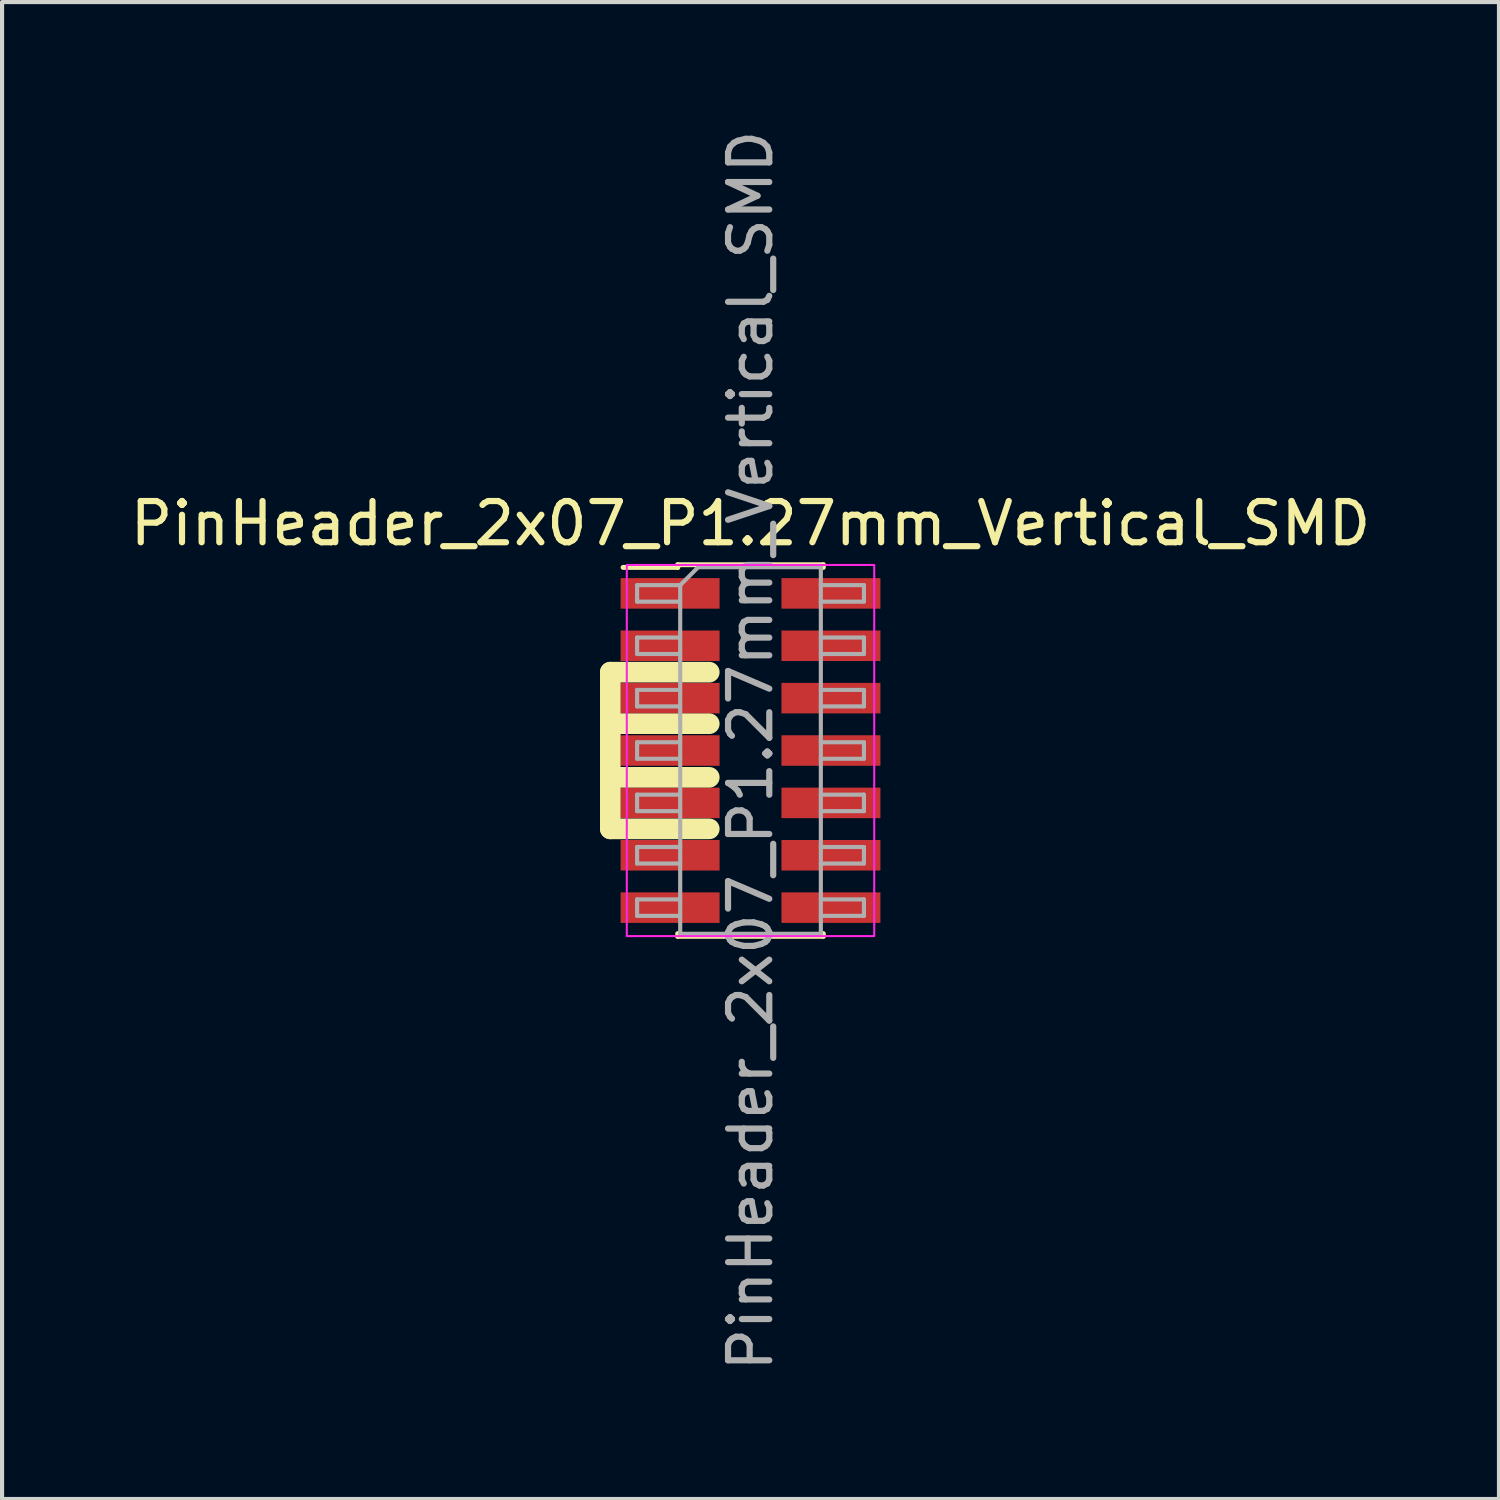
<source format=kicad_pcb>
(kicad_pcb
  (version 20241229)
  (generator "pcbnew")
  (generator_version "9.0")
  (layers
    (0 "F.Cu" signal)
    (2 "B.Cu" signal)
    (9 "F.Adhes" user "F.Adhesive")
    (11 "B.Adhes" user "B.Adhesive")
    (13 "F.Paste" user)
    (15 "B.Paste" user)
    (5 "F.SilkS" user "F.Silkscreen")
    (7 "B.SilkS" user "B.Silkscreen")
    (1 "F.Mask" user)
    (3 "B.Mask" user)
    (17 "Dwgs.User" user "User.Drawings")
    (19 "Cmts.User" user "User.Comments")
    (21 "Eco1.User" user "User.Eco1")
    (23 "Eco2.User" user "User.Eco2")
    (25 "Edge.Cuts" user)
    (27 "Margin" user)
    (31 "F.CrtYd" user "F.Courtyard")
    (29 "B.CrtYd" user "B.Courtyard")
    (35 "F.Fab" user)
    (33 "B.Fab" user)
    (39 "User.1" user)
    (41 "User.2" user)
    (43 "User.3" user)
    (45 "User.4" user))
  (footprint "PinHeader_2x07_P1.27mm_Vertical_SMD"
    (layer "F.Cu")
    (at 15.149 15.149)
    (property "Reference" "PinHeader_2x07_P1.27mm_Vertical_SMD" (at 0 -5.505 0) (layer "F.SilkS") (effects (font (size 1 1) (thickness 0.15))))
    (attr smd)
    (fp_line (start -3.4 -1.9) (end -3.4 -0.65) (stroke (width 0.5) (type default)) (layer "F.SilkS"))
    (fp_line (start -3.4 -0.65) (end -3.4 0.65) (stroke (width 0.5) (type default)) (layer "F.SilkS"))
    (fp_line (start -3.4 1.9) (end -3.4 0.65) (stroke (width 0.5) (type default)) (layer "F.SilkS"))
    (fp_line (start -3.09 -4.44) (end -1.765 -4.44) (stroke (width 0.12) (type solid)) (layer "F.SilkS"))
    (fp_line (start -1.765 -4.505) (end -1.765 -4.44) (stroke (width 0.12) (type solid)) (layer "F.SilkS"))
    (fp_line (start -1.765 -4.505) (end 1.765 -4.505) (stroke (width 0.12) (type solid)) (layer "F.SilkS"))
    (fp_line (start -1.765 4.44) (end -1.765 4.505) (stroke (width 0.12) (type solid)) (layer "F.SilkS"))
    (fp_line (start -1.765 4.505) (end 1.765 4.505) (stroke (width 0.12) (type solid)) (layer "F.SilkS"))
    (fp_line (start -1 -1.9) (end -3.4 -1.9) (stroke (width 0.5) (type default)) (layer "F.SilkS"))
    (fp_line (start -1 -0.65) (end -3.4 -0.65) (stroke (width 0.5) (type default)) (layer "F.SilkS"))
    (fp_line (start -1 0.65) (end -3.4 0.65) (stroke (width 0.5) (type default)) (layer "F.SilkS"))
    (fp_line (start -1 1.9) (end -3.4 1.9) (stroke (width 0.5) (type default)) (layer "F.SilkS"))
    (fp_line (start 1.765 -4.505) (end 1.765 -4.44) (stroke (width 0.12) (type solid)) (layer "F.SilkS"))
    (fp_line (start 1.765 4.44) (end 1.765 4.505) (stroke (width 0.12) (type solid)) (layer "F.SilkS"))
    (fp_rect (start -3 -4.5) (end 3 4.5) (stroke (width 0.05) (type default)) (fill no) (layer "F.CrtYd"))
    (fp_line (start -2.75 -4.01) (end -2.75 -3.61) (stroke (width 0.1) (type solid)) (layer "F.Fab"))
    (fp_line (start -2.75 -3.61) (end -1.705 -3.61) (stroke (width 0.1) (type solid)) (layer "F.Fab"))
    (fp_line (start -2.75 -2.74) (end -2.75 -2.34) (stroke (width 0.1) (type solid)) (layer "F.Fab"))
    (fp_line (start -2.75 -2.34) (end -1.705 -2.34) (stroke (width 0.1) (type solid)) (layer "F.Fab"))
    (fp_line (start -2.75 -1.47) (end -2.75 -1.07) (stroke (width 0.1) (type solid)) (layer "F.Fab"))
    (fp_line (start -2.75 -1.07) (end -1.705 -1.07) (stroke (width 0.1) (type solid)) (layer "F.Fab"))
    (fp_line (start -2.75 -0.2) (end -2.75 0.2) (stroke (width 0.1) (type solid)) (layer "F.Fab"))
    (fp_line (start -2.75 0.2) (end -1.705 0.2) (stroke (width 0.1) (type solid)) (layer "F.Fab"))
    (fp_line (start -2.75 1.07) (end -2.75 1.47) (stroke (width 0.1) (type solid)) (layer "F.Fab"))
    (fp_line (start -2.75 1.47) (end -1.705 1.47) (stroke (width 0.1) (type solid)) (layer "F.Fab"))
    (fp_line (start -2.75 2.34) (end -2.75 2.74) (stroke (width 0.1) (type solid)) (layer "F.Fab"))
    (fp_line (start -2.75 2.74) (end -1.705 2.74) (stroke (width 0.1) (type solid)) (layer "F.Fab"))
    (fp_line (start -2.75 3.61) (end -2.75 4.01) (stroke (width 0.1) (type solid)) (layer "F.Fab"))
    (fp_line (start -2.75 4.01) (end -1.705 4.01) (stroke (width 0.1) (type solid)) (layer "F.Fab"))
    (fp_line (start -1.705 -4.01) (end -2.75 -4.01) (stroke (width 0.1) (type solid)) (layer "F.Fab"))
    (fp_line (start -1.705 -4.01) (end -1.27 -4.445) (stroke (width 0.1) (type solid)) (layer "F.Fab"))
    (fp_line (start -1.705 -2.74) (end -2.75 -2.74) (stroke (width 0.1) (type solid)) (layer "F.Fab"))
    (fp_line (start -1.705 -1.47) (end -2.75 -1.47) (stroke (width 0.1) (type solid)) (layer "F.Fab"))
    (fp_line (start -1.705 -0.2) (end -2.75 -0.2) (stroke (width 0.1) (type solid)) (layer "F.Fab"))
    (fp_line (start -1.705 1.07) (end -2.75 1.07) (stroke (width 0.1) (type solid)) (layer "F.Fab"))
    (fp_line (start -1.705 2.34) (end -2.75 2.34) (stroke (width 0.1) (type solid)) (layer "F.Fab"))
    (fp_line (start -1.705 3.61) (end -2.75 3.61) (stroke (width 0.1) (type solid)) (layer "F.Fab"))
    (fp_line (start -1.705 4.445) (end -1.705 -4.01) (stroke (width 0.1) (type solid)) (layer "F.Fab"))
    (fp_line (start -1.27 -4.445) (end 1.705 -4.445) (stroke (width 0.1) (type solid)) (layer "F.Fab"))
    (fp_line (start 1.705 -4.445) (end 1.705 4.445) (stroke (width 0.1) (type solid)) (layer "F.Fab"))
    (fp_line (start 1.705 -4.01) (end 2.75 -4.01) (stroke (width 0.1) (type solid)) (layer "F.Fab"))
    (fp_line (start 1.705 -2.74) (end 2.75 -2.74) (stroke (width 0.1) (type solid)) (layer "F.Fab"))
    (fp_line (start 1.705 -1.47) (end 2.75 -1.47) (stroke (width 0.1) (type solid)) (layer "F.Fab"))
    (fp_line (start 1.705 -0.2) (end 2.75 -0.2) (stroke (width 0.1) (type solid)) (layer "F.Fab"))
    (fp_line (start 1.705 1.07) (end 2.75 1.07) (stroke (width 0.1) (type solid)) (layer "F.Fab"))
    (fp_line (start 1.705 2.34) (end 2.75 2.34) (stroke (width 0.1) (type solid)) (layer "F.Fab"))
    (fp_line (start 1.705 3.61) (end 2.75 3.61) (stroke (width 0.1) (type solid)) (layer "F.Fab"))
    (fp_line (start 1.705 4.445) (end -1.705 4.445) (stroke (width 0.1) (type solid)) (layer "F.Fab"))
    (fp_line (start 2.75 -4.01) (end 2.75 -3.61) (stroke (width 0.1) (type solid)) (layer "F.Fab"))
    (fp_line (start 2.75 -3.61) (end 1.705 -3.61) (stroke (width 0.1) (type solid)) (layer "F.Fab"))
    (fp_line (start 2.75 -2.74) (end 2.75 -2.34) (stroke (width 0.1) (type solid)) (layer "F.Fab"))
    (fp_line (start 2.75 -2.34) (end 1.705 -2.34) (stroke (width 0.1) (type solid)) (layer "F.Fab"))
    (fp_line (start 2.75 -1.47) (end 2.75 -1.07) (stroke (width 0.1) (type solid)) (layer "F.Fab"))
    (fp_line (start 2.75 -1.07) (end 1.705 -1.07) (stroke (width 0.1) (type solid)) (layer "F.Fab"))
    (fp_line (start 2.75 -0.2) (end 2.75 0.2) (stroke (width 0.1) (type solid)) (layer "F.Fab"))
    (fp_line (start 2.75 0.2) (end 1.705 0.2) (stroke (width 0.1) (type solid)) (layer "F.Fab"))
    (fp_line (start 2.75 1.07) (end 2.75 1.47) (stroke (width 0.1) (type solid)) (layer "F.Fab"))
    (fp_line (start 2.75 1.47) (end 1.705 1.47) (stroke (width 0.1) (type solid)) (layer "F.Fab"))
    (fp_line (start 2.75 2.34) (end 2.75 2.74) (stroke (width 0.1) (type solid)) (layer "F.Fab"))
    (fp_line (start 2.75 2.74) (end 1.705 2.74) (stroke (width 0.1) (type solid)) (layer "F.Fab"))
    (fp_line (start 2.75 3.61) (end 2.75 4.01) (stroke (width 0.1) (type solid)) (layer "F.Fab"))
    (fp_line (start 2.75 4.01) (end 1.705 4.01) (stroke (width 0.1) (type solid)) (layer "F.Fab"))
    (fp_text user "${REFERENCE}" (at 0 0 90) (layer "F.Fab") (effects (font (size 1 1) (thickness 0.15))))
    (pad "1" smd rect (at -1.95 -3.81) (size 2.4 0.74) (layers "F.Cu" "F.Mask" "F.Paste"))
    (pad "2" smd rect (at 1.95 -3.81) (size 2.4 0.74) (layers "F.Cu" "F.Mask" "F.Paste"))
    (pad "3" smd rect (at -1.95 -2.54) (size 2.4 0.74) (layers "F.Cu" "F.Mask" "F.Paste"))
    (pad "4" smd rect (at 1.95 -2.54) (size 2.4 0.74) (layers "F.Cu" "F.Mask" "F.Paste"))
    (pad "5" smd rect (at -1.95 -1.27) (size 2.4 0.74) (layers "F.Cu" "F.Mask" "F.Paste"))
    (pad "6" smd rect (at 1.95 -1.27) (size 2.4 0.74) (layers "F.Cu" "F.Mask" "F.Paste"))
    (pad "7" smd rect (at -1.95 0) (size 2.4 0.74) (layers "F.Cu" "F.Mask" "F.Paste"))
    (pad "8" smd rect (at 1.95 0) (size 2.4 0.74) (layers "F.Cu" "F.Mask" "F.Paste"))
    (pad "9" smd rect (at -1.95 1.27) (size 2.4 0.74) (layers "F.Cu" "F.Mask" "F.Paste"))
    (pad "10" smd rect (at 1.95 1.27) (size 2.4 0.74) (layers "F.Cu" "F.Mask" "F.Paste"))
    (pad "11" smd rect (at -1.95 2.54) (size 2.4 0.74) (layers "F.Cu" "F.Mask" "F.Paste"))
    (pad "12" smd rect (at 1.95 2.54) (size 2.4 0.74) (layers "F.Cu" "F.Mask" "F.Paste"))
    (pad "13" smd rect (at -1.95 3.81) (size 2.4 0.74) (layers "F.Cu" "F.Mask" "F.Paste"))
    (pad "14" smd rect (at 1.95 3.81) (size 2.4 0.74) (layers "F.Cu" "F.Mask" "F.Paste")))
  (gr_rect
    (start -3 -3)
    (end 33.298 33.298)
    (stroke (width 0.1) (type default))
    (fill no)
    (layer "Edge.Cuts")))
</source>
